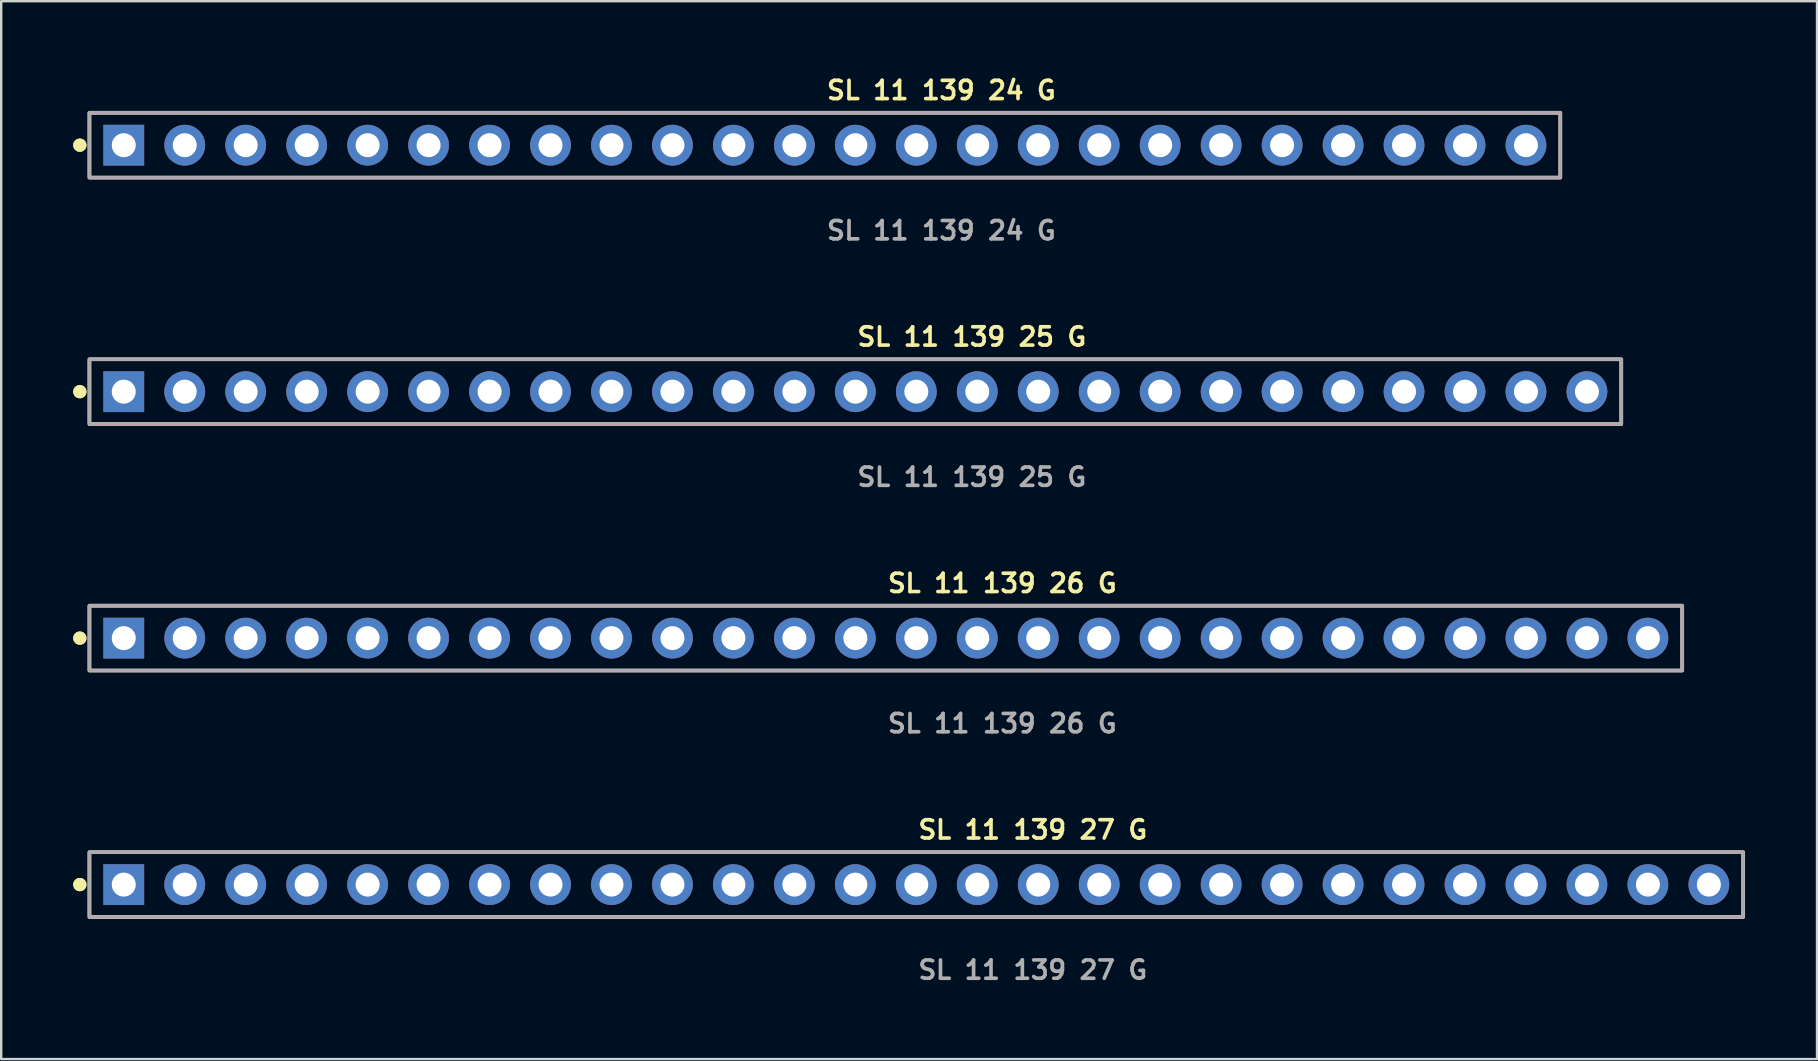
<source format=kicad_pcb>
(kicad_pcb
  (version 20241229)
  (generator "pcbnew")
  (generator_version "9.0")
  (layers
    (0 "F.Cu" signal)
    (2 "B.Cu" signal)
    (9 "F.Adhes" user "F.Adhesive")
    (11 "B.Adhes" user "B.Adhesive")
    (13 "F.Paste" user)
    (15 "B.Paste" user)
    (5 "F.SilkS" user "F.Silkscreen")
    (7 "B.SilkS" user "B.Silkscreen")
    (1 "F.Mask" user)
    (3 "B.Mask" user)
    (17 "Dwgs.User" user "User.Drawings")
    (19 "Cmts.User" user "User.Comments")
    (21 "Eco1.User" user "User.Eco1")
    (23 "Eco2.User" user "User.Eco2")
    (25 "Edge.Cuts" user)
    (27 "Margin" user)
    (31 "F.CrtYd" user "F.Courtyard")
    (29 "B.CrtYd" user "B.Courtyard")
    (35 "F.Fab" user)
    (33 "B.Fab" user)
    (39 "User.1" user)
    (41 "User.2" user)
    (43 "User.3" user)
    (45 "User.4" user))
  (footprint "SL 11 139 26 G"
    (layer "F.Cu")
    (at 33.856 23.536)
    (property "Reference" "SL 11 139 26 G" (at 0 -2.286 0) (unlocked yes) (layer "F.SilkS") (effects (font (size 0.762 0.762) (thickness 0.152)) (justify left)))
    (fp_rect (start -33.18 1.35) (end 33.18 -1.35) (stroke (width 0.152) (type solid)) (fill no) (layer "F.SilkS"))
    (fp_circle (center -33.58 0) (end -33.78 0) (stroke (width 0.152) (type solid)) (fill yes) (layer "F.SilkS"))
    (fp_circle (center -33.58 0) (end -33.78 0) (stroke (width 0.152) (type solid)) (fill yes) (layer "F.SilkS"))
    (fp_rect (start -33.18 1.35) (end 33.18 -1.35) (stroke (width 0.006) (type solid)) (fill no) (layer "F.CrtYd"))
    (fp_rect (start -33.18 1.35) (end 33.18 -1.35) (stroke (width 0.152) (type solid)) (fill no) (layer "F.Fab"))
    (fp_text user "${REFERENCE}" (at 0 3.556 0) (unlocked yes) (layer "F.Fab") (effects (font (size 0.762 0.762) (thickness 0.152)) (justify left)))
    (pad "1" thru_hole rect (at -31.75 0) (size 1.7 1.7) (drill 1) (layers "*.Cu" "*.Mask"))
    (pad "2" thru_hole circle (at -29.21 0) (size 1.7 1.7) (drill 1) (layers "*.Cu" "*.Mask"))
    (pad "3" thru_hole circle (at -26.67 0) (size 1.7 1.7) (drill 1) (layers "*.Cu" "*.Mask"))
    (pad "4" thru_hole circle (at -24.13 0) (size 1.7 1.7) (drill 1) (layers "*.Cu" "*.Mask"))
    (pad "5" thru_hole circle (at -21.59 0) (size 1.7 1.7) (drill 1) (layers "*.Cu" "*.Mask"))
    (pad "6" thru_hole circle (at -19.05 0) (size 1.7 1.7) (drill 1) (layers "*.Cu" "*.Mask"))
    (pad "7" thru_hole circle (at -16.51 0) (size 1.7 1.7) (drill 1) (layers "*.Cu" "*.Mask"))
    (pad "8" thru_hole circle (at -13.97 0) (size 1.7 1.7) (drill 1) (layers "*.Cu" "*.Mask"))
    (pad "9" thru_hole circle (at -11.43 0) (size 1.7 1.7) (drill 1) (layers "*.Cu" "*.Mask"))
    (pad "10" thru_hole circle (at -8.89 0) (size 1.7 1.7) (drill 1) (layers "*.Cu" "*.Mask"))
    (pad "11" thru_hole circle (at -6.35 0) (size 1.7 1.7) (drill 1) (layers "*.Cu" "*.Mask"))
    (pad "12" thru_hole circle (at -3.81 0) (size 1.7 1.7) (drill 1) (layers "*.Cu" "*.Mask"))
    (pad "13" thru_hole circle (at -1.27 0) (size 1.7 1.7) (drill 1) (layers "*.Cu" "*.Mask"))
    (pad "14" thru_hole circle (at 1.27 0) (size 1.7 1.7) (drill 1) (layers "*.Cu" "*.Mask"))
    (pad "15" thru_hole circle (at 3.81 0) (size 1.7 1.7) (drill 1) (layers "*.Cu" "*.Mask"))
    (pad "16" thru_hole circle (at 6.35 0) (size 1.7 1.7) (drill 1) (layers "*.Cu" "*.Mask"))
    (pad "17" thru_hole circle (at 8.89 0) (size 1.7 1.7) (drill 1) (layers "*.Cu" "*.Mask"))
    (pad "18" thru_hole circle (at 11.43 0) (size 1.7 1.7) (drill 1) (layers "*.Cu" "*.Mask"))
    (pad "19" thru_hole circle (at 13.97 0) (size 1.7 1.7) (drill 1) (layers "*.Cu" "*.Mask"))
    (pad "20" thru_hole circle (at 16.51 0) (size 1.7 1.7) (drill 1) (layers "*.Cu" "*.Mask"))
    (pad "21" thru_hole circle (at 19.05 0) (size 1.7 1.7) (drill 1) (layers "*.Cu" "*.Mask"))
    (pad "22" thru_hole circle (at 21.59 0) (size 1.7 1.7) (drill 1) (layers "*.Cu" "*.Mask"))
    (pad "23" thru_hole circle (at 24.13 0) (size 1.7 1.7) (drill 1) (layers "*.Cu" "*.Mask"))
    (pad "24" thru_hole circle (at 26.67 0) (size 1.7 1.7) (drill 1) (layers "*.Cu" "*.Mask"))
    (pad "25" thru_hole circle (at 29.21 0) (size 1.7 1.7) (drill 1) (layers "*.Cu" "*.Mask"))
    (pad "26" thru_hole circle (at 31.75 0) (size 1.7 1.7) (drill 1) (layers "*.Cu" "*.Mask")))
  (footprint "SL 11 139 27 G"
    (layer "F.Cu")
    (at 35.126 33.805)
    (property "Reference" "SL 11 139 27 G" (at 0 -2.286 0) (unlocked yes) (layer "F.SilkS") (effects (font (size 0.762 0.762) (thickness 0.152)) (justify left)))
    (fp_rect (start -34.45 1.35) (end 34.45 -1.35) (stroke (width 0.152) (type solid)) (fill no) (layer "F.SilkS"))
    (fp_circle (center -34.85 0) (end -35.05 0) (stroke (width 0.152) (type solid)) (fill yes) (layer "F.SilkS"))
    (fp_circle (center -34.85 0) (end -35.05 0) (stroke (width 0.152) (type solid)) (fill yes) (layer "F.SilkS"))
    (fp_rect (start -34.45 1.35) (end 34.45 -1.35) (stroke (width 0.006) (type solid)) (fill no) (layer "F.CrtYd"))
    (fp_rect (start -34.45 1.35) (end 34.45 -1.35) (stroke (width 0.152) (type solid)) (fill no) (layer "F.Fab"))
    (fp_text user "${REFERENCE}" (at 0 3.556 0) (unlocked yes) (layer "F.Fab") (effects (font (size 0.762 0.762) (thickness 0.152)) (justify left)))
    (pad "1" thru_hole rect (at -33.02 0) (size 1.7 1.7) (drill 1) (layers "*.Cu" "*.Mask"))
    (pad "2" thru_hole circle (at -30.48 0) (size 1.7 1.7) (drill 1) (layers "*.Cu" "*.Mask"))
    (pad "3" thru_hole circle (at -27.94 0) (size 1.7 1.7) (drill 1) (layers "*.Cu" "*.Mask"))
    (pad "4" thru_hole circle (at -25.4 0) (size 1.7 1.7) (drill 1) (layers "*.Cu" "*.Mask"))
    (pad "5" thru_hole circle (at -22.86 0) (size 1.7 1.7) (drill 1) (layers "*.Cu" "*.Mask"))
    (pad "6" thru_hole circle (at -20.32 0) (size 1.7 1.7) (drill 1) (layers "*.Cu" "*.Mask"))
    (pad "7" thru_hole circle (at -17.78 0) (size 1.7 1.7) (drill 1) (layers "*.Cu" "*.Mask"))
    (pad "8" thru_hole circle (at -15.24 0) (size 1.7 1.7) (drill 1) (layers "*.Cu" "*.Mask"))
    (pad "9" thru_hole circle (at -12.7 0) (size 1.7 1.7) (drill 1) (layers "*.Cu" "*.Mask"))
    (pad "10" thru_hole circle (at -10.16 0) (size 1.7 1.7) (drill 1) (layers "*.Cu" "*.Mask"))
    (pad "11" thru_hole circle (at -7.62 0) (size 1.7 1.7) (drill 1) (layers "*.Cu" "*.Mask"))
    (pad "12" thru_hole circle (at -5.08 0) (size 1.7 1.7) (drill 1) (layers "*.Cu" "*.Mask"))
    (pad "13" thru_hole circle (at -2.54 0) (size 1.7 1.7) (drill 1) (layers "*.Cu" "*.Mask"))
    (pad "14" thru_hole circle (at 0 0) (size 1.7 1.7) (drill 1) (layers "*.Cu" "*.Mask"))
    (pad "15" thru_hole circle (at 2.54 0) (size 1.7 1.7) (drill 1) (layers "*.Cu" "*.Mask"))
    (pad "16" thru_hole circle (at 5.08 0) (size 1.7 1.7) (drill 1) (layers "*.Cu" "*.Mask"))
    (pad "17" thru_hole circle (at 7.62 0) (size 1.7 1.7) (drill 1) (layers "*.Cu" "*.Mask"))
    (pad "18" thru_hole circle (at 10.16 0) (size 1.7 1.7) (drill 1) (layers "*.Cu" "*.Mask"))
    (pad "19" thru_hole circle (at 12.7 0) (size 1.7 1.7) (drill 1) (layers "*.Cu" "*.Mask"))
    (pad "20" thru_hole circle (at 15.24 0) (size 1.7 1.7) (drill 1) (layers "*.Cu" "*.Mask"))
    (pad "21" thru_hole circle (at 17.78 0) (size 1.7 1.7) (drill 1) (layers "*.Cu" "*.Mask"))
    (pad "22" thru_hole circle (at 20.32 0) (size 1.7 1.7) (drill 1) (layers "*.Cu" "*.Mask"))
    (pad "23" thru_hole circle (at 22.86 0) (size 1.7 1.7) (drill 1) (layers "*.Cu" "*.Mask"))
    (pad "24" thru_hole circle (at 25.4 0) (size 1.7 1.7) (drill 1) (layers "*.Cu" "*.Mask"))
    (pad "25" thru_hole circle (at 27.94 0) (size 1.7 1.7) (drill 1) (layers "*.Cu" "*.Mask"))
    (pad "26" thru_hole circle (at 30.48 0) (size 1.7 1.7) (drill 1) (layers "*.Cu" "*.Mask"))
    (pad "27" thru_hole circle (at 33.02 0) (size 1.7 1.7) (drill 1) (layers "*.Cu" "*.Mask")))
  (footprint "SL 11 139 25 G"
    (layer "F.Cu")
    (at 32.586 13.268)
    (property "Reference" "SL 11 139 25 G" (at 0 -2.286 0) (unlocked yes) (layer "F.SilkS") (effects (font (size 0.762 0.762) (thickness 0.152)) (justify left)))
    (fp_rect (start -31.91 1.35) (end 31.91 -1.35) (stroke (width 0.152) (type solid)) (fill no) (layer "F.SilkS"))
    (fp_circle (center -32.31 0) (end -32.51 0) (stroke (width 0.152) (type solid)) (fill yes) (layer "F.SilkS"))
    (fp_circle (center -32.31 0) (end -32.51 0) (stroke (width 0.152) (type solid)) (fill yes) (layer "F.SilkS"))
    (fp_rect (start -31.91 1.35) (end 31.91 -1.35) (stroke (width 0.006) (type solid)) (fill no) (layer "F.CrtYd"))
    (fp_rect (start -31.91 1.35) (end 31.91 -1.35) (stroke (width 0.152) (type solid)) (fill no) (layer "F.Fab"))
    (fp_text user "${REFERENCE}" (at 0 3.556 0) (unlocked yes) (layer "F.Fab") (effects (font (size 0.762 0.762) (thickness 0.152)) (justify left)))
    (pad "1" thru_hole rect (at -30.48 0) (size 1.7 1.7) (drill 1) (layers "*.Cu" "*.Mask"))
    (pad "2" thru_hole circle (at -27.94 0) (size 1.7 1.7) (drill 1) (layers "*.Cu" "*.Mask"))
    (pad "3" thru_hole circle (at -25.4 0) (size 1.7 1.7) (drill 1) (layers "*.Cu" "*.Mask"))
    (pad "4" thru_hole circle (at -22.86 0) (size 1.7 1.7) (drill 1) (layers "*.Cu" "*.Mask"))
    (pad "5" thru_hole circle (at -20.32 0) (size 1.7 1.7) (drill 1) (layers "*.Cu" "*.Mask"))
    (pad "6" thru_hole circle (at -17.78 0) (size 1.7 1.7) (drill 1) (layers "*.Cu" "*.Mask"))
    (pad "7" thru_hole circle (at -15.24 0) (size 1.7 1.7) (drill 1) (layers "*.Cu" "*.Mask"))
    (pad "8" thru_hole circle (at -12.7 0) (size 1.7 1.7) (drill 1) (layers "*.Cu" "*.Mask"))
    (pad "9" thru_hole circle (at -10.16 0) (size 1.7 1.7) (drill 1) (layers "*.Cu" "*.Mask"))
    (pad "10" thru_hole circle (at -7.62 0) (size 1.7 1.7) (drill 1) (layers "*.Cu" "*.Mask"))
    (pad "11" thru_hole circle (at -5.08 0) (size 1.7 1.7) (drill 1) (layers "*.Cu" "*.Mask"))
    (pad "12" thru_hole circle (at -2.54 0) (size 1.7 1.7) (drill 1) (layers "*.Cu" "*.Mask"))
    (pad "13" thru_hole circle (at 0 0) (size 1.7 1.7) (drill 1) (layers "*.Cu" "*.Mask"))
    (pad "14" thru_hole circle (at 2.54 0) (size 1.7 1.7) (drill 1) (layers "*.Cu" "*.Mask"))
    (pad "15" thru_hole circle (at 5.08 0) (size 1.7 1.7) (drill 1) (layers "*.Cu" "*.Mask"))
    (pad "16" thru_hole circle (at 7.62 0) (size 1.7 1.7) (drill 1) (layers "*.Cu" "*.Mask"))
    (pad "17" thru_hole circle (at 10.16 0) (size 1.7 1.7) (drill 1) (layers "*.Cu" "*.Mask"))
    (pad "18" thru_hole circle (at 12.7 0) (size 1.7 1.7) (drill 1) (layers "*.Cu" "*.Mask"))
    (pad "19" thru_hole circle (at 15.24 0) (size 1.7 1.7) (drill 1) (layers "*.Cu" "*.Mask"))
    (pad "20" thru_hole circle (at 17.78 0) (size 1.7 1.7) (drill 1) (layers "*.Cu" "*.Mask"))
    (pad "21" thru_hole circle (at 20.32 0) (size 1.7 1.7) (drill 1) (layers "*.Cu" "*.Mask"))
    (pad "22" thru_hole circle (at 22.86 0) (size 1.7 1.7) (drill 1) (layers "*.Cu" "*.Mask"))
    (pad "23" thru_hole circle (at 25.4 0) (size 1.7 1.7) (drill 1) (layers "*.Cu" "*.Mask"))
    (pad "24" thru_hole circle (at 27.94 0) (size 1.7 1.7) (drill 1) (layers "*.Cu" "*.Mask"))
    (pad "25" thru_hole circle (at 30.48 0) (size 1.7 1.7) (drill 1) (layers "*.Cu" "*.Mask")))
  (footprint "SL 11 139 24 G"
    (layer "F.Cu")
    (at 31.316 2.999)
    (property "Reference" "SL 11 139 24 G" (at 0 -2.286 0) (unlocked yes) (layer "F.SilkS") (effects (font (size 0.762 0.762) (thickness 0.152)) (justify left)))
    (fp_rect (start -30.64 1.35) (end 30.64 -1.35) (stroke (width 0.152) (type solid)) (fill no) (layer "F.SilkS"))
    (fp_circle (center -31.04 0) (end -31.24 0) (stroke (width 0.152) (type solid)) (fill yes) (layer "F.SilkS"))
    (fp_circle (center -31.04 0) (end -31.24 0) (stroke (width 0.152) (type solid)) (fill yes) (layer "F.SilkS"))
    (fp_rect (start -30.64 1.35) (end 30.64 -1.35) (stroke (width 0.006) (type solid)) (fill no) (layer "F.CrtYd"))
    (fp_rect (start -30.64 1.35) (end 30.64 -1.35) (stroke (width 0.152) (type solid)) (fill no) (layer "F.Fab"))
    (fp_text user "${REFERENCE}" (at 0 3.556 0) (unlocked yes) (layer "F.Fab") (effects (font (size 0.762 0.762) (thickness 0.152)) (justify left)))
    (pad "1" thru_hole rect (at -29.21 0) (size 1.7 1.7) (drill 1) (layers "*.Cu" "*.Mask"))
    (pad "2" thru_hole circle (at -26.67 0) (size 1.7 1.7) (drill 1) (layers "*.Cu" "*.Mask"))
    (pad "3" thru_hole circle (at -24.13 0) (size 1.7 1.7) (drill 1) (layers "*.Cu" "*.Mask"))
    (pad "4" thru_hole circle (at -21.59 0) (size 1.7 1.7) (drill 1) (layers "*.Cu" "*.Mask"))
    (pad "5" thru_hole circle (at -19.05 0) (size 1.7 1.7) (drill 1) (layers "*.Cu" "*.Mask"))
    (pad "6" thru_hole circle (at -16.51 0) (size 1.7 1.7) (drill 1) (layers "*.Cu" "*.Mask"))
    (pad "7" thru_hole circle (at -13.97 0) (size 1.7 1.7) (drill 1) (layers "*.Cu" "*.Mask"))
    (pad "8" thru_hole circle (at -11.43 0) (size 1.7 1.7) (drill 1) (layers "*.Cu" "*.Mask"))
    (pad "9" thru_hole circle (at -8.89 0) (size 1.7 1.7) (drill 1) (layers "*.Cu" "*.Mask"))
    (pad "10" thru_hole circle (at -6.35 0) (size 1.7 1.7) (drill 1) (layers "*.Cu" "*.Mask"))
    (pad "11" thru_hole circle (at -3.81 0) (size 1.7 1.7) (drill 1) (layers "*.Cu" "*.Mask"))
    (pad "12" thru_hole circle (at -1.27 0) (size 1.7 1.7) (drill 1) (layers "*.Cu" "*.Mask"))
    (pad "13" thru_hole circle (at 1.27 0) (size 1.7 1.7) (drill 1) (layers "*.Cu" "*.Mask"))
    (pad "14" thru_hole circle (at 3.81 0) (size 1.7 1.7) (drill 1) (layers "*.Cu" "*.Mask"))
    (pad "15" thru_hole circle (at 6.35 0) (size 1.7 1.7) (drill 1) (layers "*.Cu" "*.Mask"))
    (pad "16" thru_hole circle (at 8.89 0) (size 1.7 1.7) (drill 1) (layers "*.Cu" "*.Mask"))
    (pad "17" thru_hole circle (at 11.43 0) (size 1.7 1.7) (drill 1) (layers "*.Cu" "*.Mask"))
    (pad "18" thru_hole circle (at 13.97 0) (size 1.7 1.7) (drill 1) (layers "*.Cu" "*.Mask"))
    (pad "19" thru_hole circle (at 16.51 0) (size 1.7 1.7) (drill 1) (layers "*.Cu" "*.Mask"))
    (pad "20" thru_hole circle (at 19.05 0) (size 1.7 1.7) (drill 1) (layers "*.Cu" "*.Mask"))
    (pad "21" thru_hole circle (at 21.59 0) (size 1.7 1.7) (drill 1) (layers "*.Cu" "*.Mask"))
    (pad "22" thru_hole circle (at 24.13 0) (size 1.7 1.7) (drill 1) (layers "*.Cu" "*.Mask"))
    (pad "23" thru_hole circle (at 26.67 0) (size 1.7 1.7) (drill 1) (layers "*.Cu" "*.Mask"))
    (pad "24" thru_hole circle (at 29.21 0) (size 1.7 1.7) (drill 1) (layers "*.Cu" "*.Mask")))
  (gr_rect
    (start -3 -3)
    (end 72.652 41.074)
    (stroke (width 0.1) (type default))
    (fill no)
    (layer "Edge.Cuts")))
</source>
